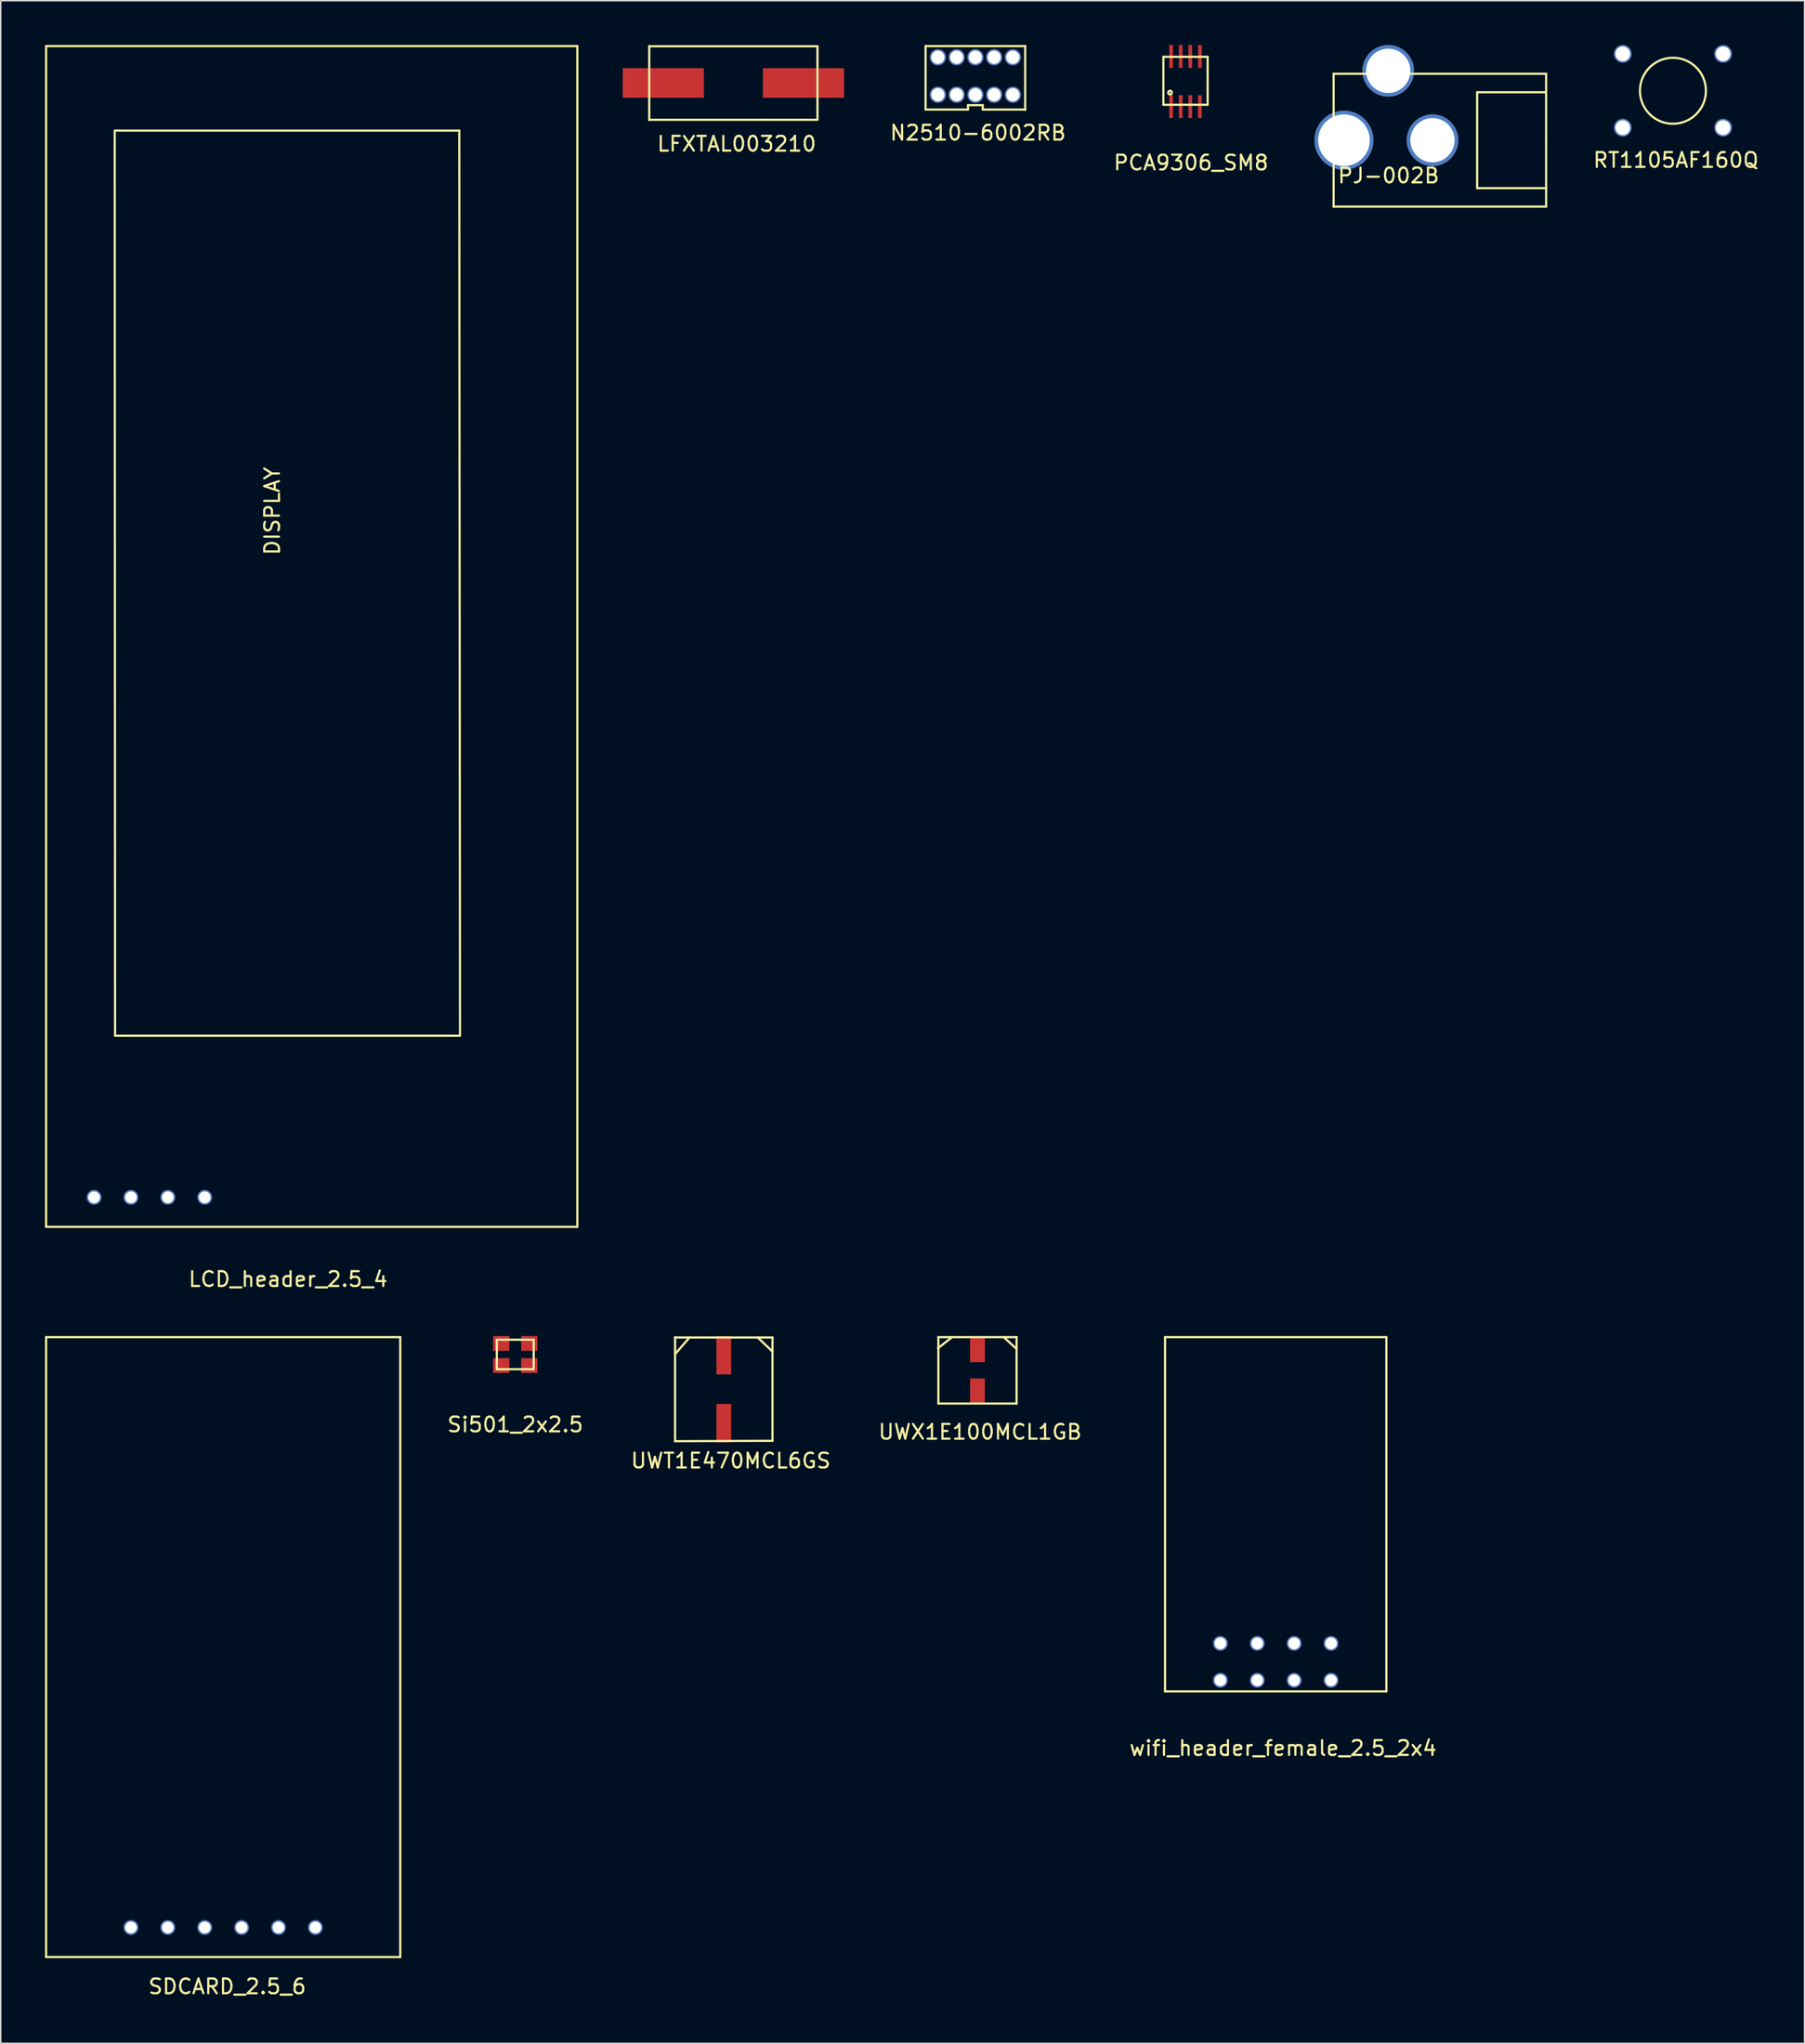
<source format=kicad_pcb>
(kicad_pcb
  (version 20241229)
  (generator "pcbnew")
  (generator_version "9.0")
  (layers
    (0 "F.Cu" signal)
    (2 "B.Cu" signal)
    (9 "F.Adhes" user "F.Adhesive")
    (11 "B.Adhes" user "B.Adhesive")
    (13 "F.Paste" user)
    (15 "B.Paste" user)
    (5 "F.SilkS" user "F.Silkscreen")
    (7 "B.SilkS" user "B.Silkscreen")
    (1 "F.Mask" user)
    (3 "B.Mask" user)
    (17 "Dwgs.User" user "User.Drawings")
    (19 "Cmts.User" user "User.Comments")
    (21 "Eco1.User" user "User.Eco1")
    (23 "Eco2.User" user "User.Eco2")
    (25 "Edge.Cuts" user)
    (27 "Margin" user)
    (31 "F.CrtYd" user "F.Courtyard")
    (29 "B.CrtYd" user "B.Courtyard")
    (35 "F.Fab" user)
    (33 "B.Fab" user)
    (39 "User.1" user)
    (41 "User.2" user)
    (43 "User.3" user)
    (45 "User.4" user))
  (footprint "PCA9306_SM8"
    (layer "F.Cu")
    (at 77.293 2.475)
    (property "Reference" "PCA9306_SM8" (at 0.375 5.5 0) (layer "F.SilkS") (effects (font (size 1 1) (thickness 0.15))))
    (attr through_hole)
    (fp_line (start -1.5 -1.675) (end -1.5 1.575) (stroke (width 0.15) (type solid)) (layer "F.SilkS"))
    (fp_line (start -1.5 1.575) (end 1.5 1.575) (stroke (width 0.15) (type solid)) (layer "F.SilkS"))
    (fp_line (start 1.5 -1.675) (end -1.5 -1.675) (stroke (width 0.15) (type solid)) (layer "F.SilkS"))
    (fp_line (start 1.5 1.575) (end 1.5 -1.675) (stroke (width 0.15) (type solid)) (layer "F.SilkS"))
    (fp_circle (center -1.05 0.75) (end -0.95 0.825) (stroke (width 0.15) (type solid)) (fill no) (layer "F.SilkS"))
    (pad "1" smd rect (at -0.975 1.7) (size 0.25 1.55) (layers "F.Cu" "F.Mask" "F.Paste"))
    (pad "2" smd rect (at -0.325 1.7) (size 0.25 1.55) (layers "F.Cu" "F.Mask" "F.Paste"))
    (pad "3" smd rect (at 0.325 1.7) (size 0.25 1.55) (layers "F.Cu" "F.Mask" "F.Paste"))
    (pad "4" smd rect (at 0.975 1.7) (size 0.25 1.55) (layers "F.Cu" "F.Mask" "F.Paste"))
    (pad "5" smd rect (at 0.975 -1.7) (size 0.25 1.55) (layers "F.Cu" "F.Mask" "F.Paste"))
    (pad "6" smd rect (at 0.325 -1.7) (size 0.25 1.55) (layers "F.Cu" "F.Mask" "F.Paste"))
    (pad "7" smd rect (at -0.325 -1.7) (size 0.25 1.55) (layers "F.Cu" "F.Mask" "F.Paste"))
    (pad "8" smd rect (at -0.975 -1.7) (size 0.25 1.55) (layers "F.Cu" "F.Mask" "F.Paste")))
  (footprint "SDCARD_2.5_6"
    (layer "F.Cu")
    (at 12.075 127.548)
    (property "Reference" "SDCARD_2.5_6" (at 0.275 4 0) (layer "F.SilkS") (effects (font (size 1 1) (thickness 0.15))))
    (attr through_hole)
    (fp_line (start -12 -40) (end 12 -40) (stroke (width 0.15) (type solid)) (layer "F.SilkS"))
    (fp_line (start -12 2) (end -12 -40) (stroke (width 0.15) (type solid)) (layer "F.SilkS"))
    (fp_line (start -12 2) (end 12 2) (stroke (width 0.15) (type solid)) (layer "F.SilkS"))
    (fp_line (start 12 2) (end 12 -40) (stroke (width 0.15) (type solid)) (layer "F.SilkS"))
    (pad "1" thru_hole circle (at -6.25 0) (size 1 1) (drill 0.8) (layers "*.Cu" "*.Mask"))
    (pad "2" thru_hole circle (at -3.75 0) (size 1 1) (drill 0.8) (layers "*.Cu" "*.Mask"))
    (pad "3" thru_hole circle (at -1.25 0) (size 1 1) (drill 0.8) (layers "*.Cu" "*.Mask"))
    (pad "4" thru_hole circle (at 1.25 0) (size 1 1) (drill 0.8) (layers "*.Cu" "*.Mask"))
    (pad "5" thru_hole circle (at 3.75 0) (size 1 1) (drill 0.8) (layers "*.Cu" "*.Mask"))
    (pad "6" thru_hole circle (at 6.25 0) (size 1 1) (drill 0.8) (layers "*.Cu" "*.Mask")))
  (footprint "LCD_header_2.5_4"
    (layer "F.Cu")
    (at 7.075 78.075)
    (property "Reference" "LCD_header_2.5_4" (at 9.4 5.55 0) (layer "F.SilkS") (effects (font (size 1 1) (thickness 0.15))))
    (attr through_hole)
    (fp_line (start -7 -78) (end 29 -78) (stroke (width 0.15) (type solid)) (layer "F.SilkS"))
    (fp_line (start -7 2) (end -7 -78) (stroke (width 0.15) (type solid)) (layer "F.SilkS"))
    (fp_line (start -7 2) (end 29 2) (stroke (width 0.15) (type solid)) (layer "F.SilkS"))
    (fp_line (start -2.35 -72.2) (end -2.325 -10.95) (stroke (width 0.15) (type solid)) (layer "F.SilkS"))
    (fp_line (start -2.325 -10.95) (end 21.05 -10.95) (stroke (width 0.15) (type solid)) (layer "F.SilkS"))
    (fp_line (start 21 -72.275) (end -2.35 -72.275) (stroke (width 0.15) (type solid)) (layer "F.SilkS"))
    (fp_line (start 21.05 -10.95) (end 21 -72.275) (stroke (width 0.15) (type solid)) (layer "F.SilkS"))
    (fp_line (start 29 2) (end 29 -78) (stroke (width 0.15) (type solid)) (layer "F.SilkS"))
    (fp_text user "DISPLAY" (at 8.325 -46.5 90) (layer "F.SilkS") (effects (font (size 1 1) (thickness 0.15))))
    (pad "1" thru_hole circle (at -3.75 0) (size 1 1) (drill 0.8) (layers "*.Cu" "*.Mask"))
    (pad "2" thru_hole circle (at -1.25 0) (size 1 1) (drill 0.8) (layers "*.Cu" "*.Mask"))
    (pad "3" thru_hole circle (at 1.25 0) (size 1 1) (drill 0.8) (layers "*.Cu" "*.Mask"))
    (pad "4" thru_hole circle (at 3.75 0) (size 1 1) (drill 0.8) (layers "*.Cu" "*.Mask")))
  (footprint "RT1105AF160Q"
    (layer "F.Cu")
    (at 110.326 3.1)
    (property "Reference" "RT1105AF160Q" (at 0.2 4.7 0) (layer "F.SilkS") (effects (font (size 1 1) (thickness 0.15))))
    (attr through_hole)
    (fp_circle (center 0 0) (end 1 -2) (stroke (width 0.15) (type solid)) (fill no) (layer "F.SilkS"))
    (pad "1" thru_hole circle (at -3.4 2.5) (size 1.2 1.2) (drill 1) (layers "*.Cu" "*.Mask"))
    (pad "2" thru_hole circle (at 3.4 2.5) (size 1.2 1.2) (drill 1) (layers "*.Cu" "*.Mask"))
    (pad "3" thru_hole circle (at -3.4 -2.5) (size 1.2 1.2) (drill 1) (layers "*.Cu" "*.Mask"))
    (pad "4" thru_hole circle (at 3.4 -2.5) (size 1.2 1.2) (drill 1) (layers "*.Cu" "*.Mask")))
  (footprint "N2510-6002RB"
    (layer "F.Cu")
    (at 63.052 2.1)
    (property "Reference" "N2510-6002RB" (at 0.175 3.85 0) (layer "F.SilkS") (effects (font (size 1 1) (thickness 0.15))))
    (attr through_hole)
    (fp_line (start -3.375 -2.025) (end 3.375 -2.025) (stroke (width 0.15) (type solid)) (layer "F.SilkS"))
    (fp_line (start -3.375 2.275) (end -3.375 -2.025) (stroke (width 0.15) (type solid)) (layer "F.SilkS"))
    (fp_line (start -0.5 1.975) (end 0.5 1.975) (stroke (width 0.15) (type solid)) (layer "F.SilkS"))
    (fp_line (start -0.5 2.275) (end -3.375 2.275) (stroke (width 0.15) (type solid)) (layer "F.SilkS"))
    (fp_line (start -0.5 2.275) (end -0.5 1.975) (stroke (width 0.15) (type solid)) (layer "F.SilkS"))
    (fp_line (start 0.5 1.975) (end 0.5 2.275) (stroke (width 0.15) (type solid)) (layer "F.SilkS"))
    (fp_line (start 0.5 2.275) (end 3.375 2.275) (stroke (width 0.15) (type solid)) (layer "F.SilkS"))
    (fp_line (start 3.375 -2.025) (end 3.375 2.3) (stroke (width 0.15) (type solid)) (layer "F.SilkS"))
    (pad "1" thru_hole circle (at -2.54 1.27) (size 1.1 1.1) (drill 0.9) (layers "*.Cu" "*.Mask"))
    (pad "2" thru_hole circle (at -2.54 -1.27) (size 1.1 1.1) (drill 0.9) (layers "*.Cu" "*.Mask"))
    (pad "3" thru_hole circle (at -1.27 1.27) (size 1.1 1.1) (drill 0.9) (layers "*.Cu" "*.Mask"))
    (pad "4" thru_hole circle (at -1.27 -1.27) (size 1.1 1.1) (drill 0.9) (layers "*.Cu" "*.Mask"))
    (pad "5" thru_hole circle (at 0 1.27) (size 1.1 1.1) (drill 0.9) (layers "*.Cu" "*.Mask"))
    (pad "6" thru_hole circle (at 0 -1.27) (size 1.1 1.1) (drill 0.9) (layers "*.Cu" "*.Mask"))
    (pad "7" thru_hole circle (at 1.27 1.27) (size 1.1 1.1) (drill 0.9) (layers "*.Cu" "*.Mask"))
    (pad "8" thru_hole circle (at 1.27 -1.27) (size 1.1 1.1) (drill 0.9) (layers "*.Cu" "*.Mask"))
    (pad "9" thru_hole circle (at 2.54 1.27) (size 1.1 1.1) (drill 0.9) (layers "*.Cu" "*.Mask"))
    (pad "10" thru_hole circle (at 2.54 -1.27) (size 1.1 1.1) (drill 0.9) (layers "*.Cu" "*.Mask")))
  (footprint "UWT1E470MCL6GS"
    (layer "F.Cu")
    (at 46.002 88.773)
    (property "Reference" "UWT1E470MCL6GS" (at 0.475 7.15 0) (layer "F.SilkS") (effects (font (size 1 1) (thickness 0.15))))
    (attr through_hole)
    (fp_line (start -3.3 5.825) (end -3.3 -1.225) (stroke (width 0.15) (type solid)) (layer "F.SilkS"))
    (fp_line (start -2.325 -1.2) (end -3.3 -0.075) (stroke (width 0.15) (type solid)) (layer "F.SilkS"))
    (fp_line (start 0 -1.2) (end -3.3 -1.2) (stroke (width 0.15) (type solid)) (layer "F.SilkS"))
    (fp_line (start 0 -1.2) (end 3.3 -1.2) (stroke (width 0.15) (type solid)) (layer "F.SilkS"))
    (fp_line (start 2.3 -1.2) (end 3.3 -0.25) (stroke (width 0.15) (type solid)) (layer "F.SilkS"))
    (fp_line (start 3.3 -1.2) (end 3.3 5.8) (stroke (width 0.15) (type solid)) (layer "F.SilkS"))
    (fp_line (start 3.3 5.8) (end -3.3 5.825) (stroke (width 0.15) (type solid)) (layer "F.SilkS"))
    (pad "1" smd rect (at 0 0) (size 1 2.6) (layers "F.Cu" "F.Mask" "F.Paste"))
    (pad "2" smd rect (at 0 4.6) (size 1 2.6) (layers "F.Cu" "F.Mask" "F.Paste")))
  (footprint "PJ-002B"
    (layer "F.Cu")
    (at 91.031 6.45)
    (property "Reference" "PJ-002B" (at 0.025 2.4 0) (layer "F.SilkS") (effects (font (size 1 1) (thickness 0.15))))
    (attr through_hole)
    (fp_line (start -3.7 -4.5) (end -3.7 4.5) (stroke (width 0.15) (type solid)) (layer "F.SilkS"))
    (fp_line (start -3.7 4.5) (end 10.7 4.5) (stroke (width 0.15) (type solid)) (layer "F.SilkS"))
    (fp_line (start 6.025 -3.25) (end 6.025 3.25) (stroke (width 0.15) (type solid)) (layer "F.SilkS"))
    (fp_line (start 6.025 3.25) (end 10.7 3.25) (stroke (width 0.15) (type solid)) (layer "F.SilkS"))
    (fp_line (start 10.675 -3.25) (end 6.025 -3.25) (stroke (width 0.15) (type solid)) (layer "F.SilkS"))
    (fp_line (start 10.7 -4.5) (end -3.7 -4.5) (stroke (width 0.15) (type solid)) (layer "F.SilkS"))
    (fp_line (start 10.7 0) (end 10.7 -4.5) (stroke (width 0.15) (type solid)) (layer "F.SilkS"))
    (fp_line (start 10.7 4.5) (end 10.7 0) (stroke (width 0.15) (type solid)) (layer "F.SilkS"))
    (pad "1" thru_hole circle (at -3 0) (size 4 4) (drill 3.5) (layers "*.Cu" "*.Mask"))
    (pad "2" thru_hole circle (at 3 0) (size 3.5 3.5) (drill 3) (layers "*.Cu" "*.Mask"))
    (pad "3" thru_hole circle (at 0 -4.7) (size 3.5 3.5) (drill 3) (layers "*.Cu" "*.Mask")))
  (footprint "wifi_header_female_2.5_2x4"
    (layer "F.Cu")
    (at 83.406 109.548)
    (property "Reference" "wifi_header_female_2.5_2x4" (at 0.5 5.85 0) (layer "F.SilkS") (effects (font (size 1 1) (thickness 0.15))))
    (attr through_hole)
    (fp_line (start -7.5 -22) (end 7.5 -22) (stroke (width 0.15) (type solid)) (layer "F.SilkS"))
    (fp_line (start -7.5 2) (end -7.5 -22) (stroke (width 0.15) (type solid)) (layer "F.SilkS"))
    (fp_line (start -7.5 2) (end 7.5 2) (stroke (width 0.15) (type solid)) (layer "F.SilkS"))
    (fp_line (start 7.5 2) (end 7.5 -22) (stroke (width 0.15) (type solid)) (layer "F.SilkS"))
    (pad "1" thru_hole circle (at -3.75 1.25) (size 1 1) (drill 0.8) (layers "*.Cu" "*.Mask"))
    (pad "2" thru_hole circle (at -1.25 1.25) (size 1 1) (drill 0.8) (layers "*.Cu" "*.Mask"))
    (pad "3" thru_hole circle (at 1.25 1.25) (size 1 1) (drill 0.8) (layers "*.Cu" "*.Mask"))
    (pad "4" thru_hole circle (at 3.75 1.25) (size 1 1) (drill 0.8) (layers "*.Cu" "*.Mask"))
    (pad "5" thru_hole circle (at 3.75 -1.25) (size 1 1) (drill 0.8) (layers "*.Cu" "*.Mask"))
    (pad "6" thru_hole circle (at 1.25 -1.25) (size 1 1) (drill 0.8) (layers "*.Cu" "*.Mask"))
    (pad "7" thru_hole circle (at -1.25 -1.25) (size 1 1) (drill 0.8) (layers "*.Cu" "*.Mask"))
    (pad "8" thru_hole circle (at -3.75 -1.25) (size 1 1) (drill 0.8) (layers "*.Cu" "*.Mask")))
  (footprint "Si501_2x2.5"
    (layer "F.Cu")
    (at 31.87 88.723)
    (property "Reference" "Si501_2x2.5" (at 0 4.75 0) (layer "F.SilkS") (effects (font (size 1 1) (thickness 0.15))))
    (attr through_hole)
    (fp_line (start -1.25 -1) (end -1.25 1) (stroke (width 0.15) (type solid)) (layer "F.SilkS"))
    (fp_line (start -1.25 -1) (end 1.25 -1) (stroke (width 0.15) (type solid)) (layer "F.SilkS"))
    (fp_line (start -1.25 1) (end 1.25 1) (stroke (width 0.15) (type solid)) (layer "F.SilkS"))
    (fp_line (start 1.25 -1) (end 1.25 1) (stroke (width 0.15) (type solid)) (layer "F.SilkS"))
    (pad "1" smd rect (at -0.95 0.75) (size 1.1 1) (layers "F.Cu" "F.Mask" "F.Paste"))
    (pad "2" smd rect (at 0.95 0.75) (size 1.1 1) (layers "F.Cu" "F.Mask" "F.Paste"))
    (pad "3" smd rect (at 0.95 -0.75) (size 1.1 1) (layers "F.Cu" "F.Mask" "F.Paste"))
    (pad "4" smd rect (at -0.95 -0.75) (size 1.1 1) (layers "F.Cu" "F.Mask" "F.Paste")))
  (footprint "LFXTAL003210"
    (layer "F.Cu")
    (at 46.65 2.575)
    (property "Reference" "LFXTAL003210" (at 0.225 4.125 0) (layer "F.SilkS") (effects (font (size 1 1) (thickness 0.15))))
    (attr through_hole)
    (fp_line (start -5.7 -2.5) (end -5.7 2.5) (stroke (width 0.15) (type solid)) (layer "F.SilkS"))
    (fp_line (start -5.7 -2.49) (end 5.7 -2.49) (stroke (width 0.15) (type solid)) (layer "F.SilkS"))
    (fp_line (start -5.7 2.49) (end 5.7 2.49) (stroke (width 0.15) (type solid)) (layer "F.SilkS"))
    (fp_line (start 5.7 2.475) (end 5.7 -2.475) (stroke (width 0.15) (type solid)) (layer "F.SilkS"))
    (pad "1" smd rect (at -4.75 0) (size 5.5 2) (layers "F.Cu" "F.Mask" "F.Paste"))
    (pad "2" smd rect (at 4.75 0) (size 5.5 2) (layers "F.Cu" "F.Mask" "F.Paste")))
  (footprint "UWX1E100MCL1GB"
    (layer "F.Cu")
    (at 63.195 88.398)
    (property "Reference" "UWX1E100MCL1GB" (at 0.175 5.575 0) (layer "F.SilkS") (effects (font (size 1 1) (thickness 0.15))))
    (attr through_hole)
    (fp_line (start -2.675 -0.1) (end -1.725 -0.85) (stroke (width 0.15) (type solid)) (layer "F.SilkS"))
    (fp_line (start -2.65 3.65) (end -2.65 -0.85) (stroke (width 0.15) (type solid)) (layer "F.SilkS"))
    (fp_line (start 0 -0.85) (end -2.65 -0.85) (stroke (width 0.15) (type solid)) (layer "F.SilkS"))
    (fp_line (start 0 -0.85) (end 2.65 -0.85) (stroke (width 0.15) (type solid)) (layer "F.SilkS"))
    (fp_line (start 0 3.65) (end -2.65 3.65) (stroke (width 0.15) (type solid)) (layer "F.SilkS"))
    (fp_line (start 0 3.65) (end 2.65 3.65) (stroke (width 0.15) (type solid)) (layer "F.SilkS"))
    (fp_line (start 1.775 -0.85) (end 2.65 -0.05) (stroke (width 0.15) (type solid)) (layer "F.SilkS"))
    (fp_line (start 2.65 3.65) (end 2.65 -0.85) (stroke (width 0.15) (type solid)) (layer "F.SilkS"))
    (pad "1" smd rect (at 0 0) (size 1 1.7) (layers "F.Cu" "F.Mask" "F.Paste"))
    (pad "2" smd rect (at 0 2.8) (size 1 1.7) (layers "F.Cu" "F.Mask" "F.Paste")))
  (gr_rect
    (start -3 -3)
    (end 119.246 135.397)
    (stroke (width 0.1) (type default))
    (fill no)
    (layer "Edge.Cuts")))
</source>
